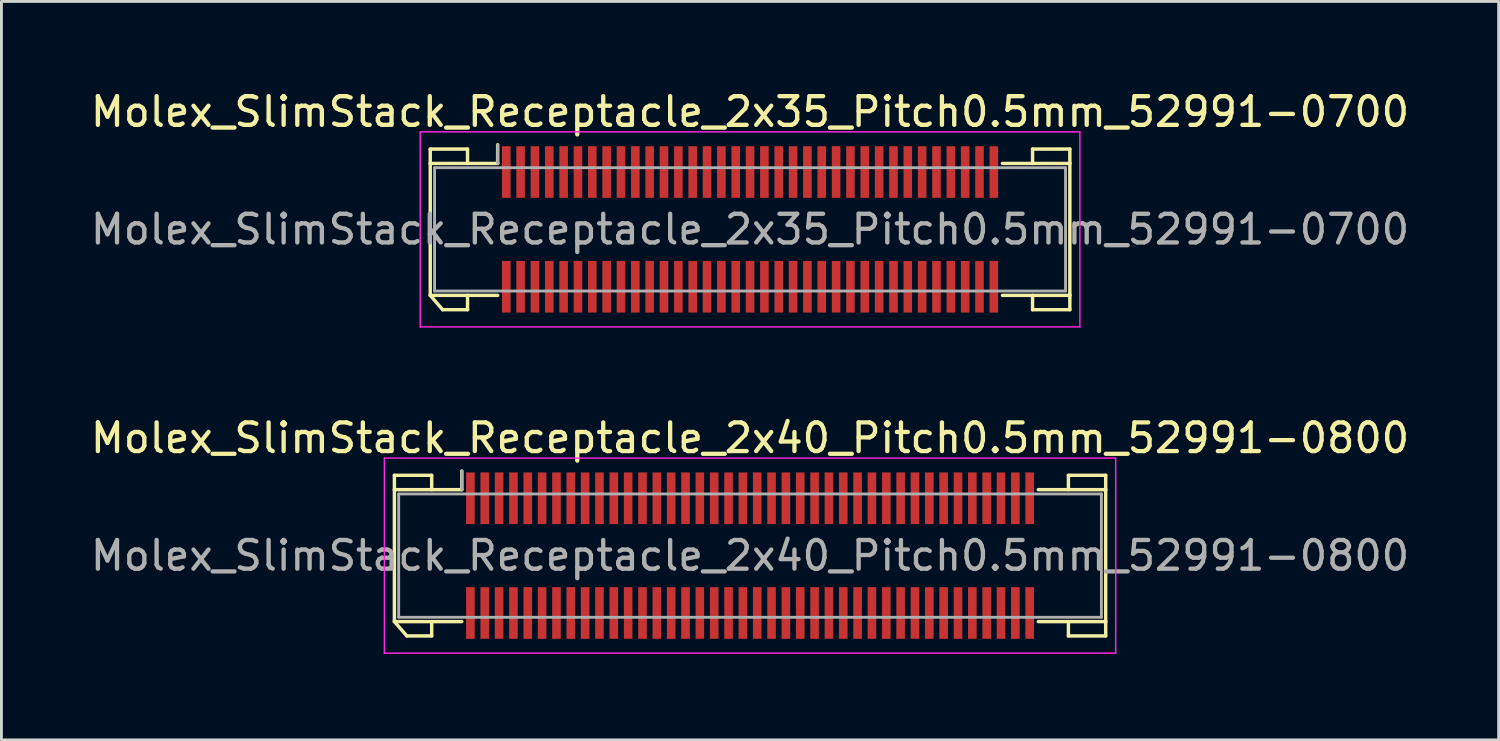
<source format=kicad_pcb>
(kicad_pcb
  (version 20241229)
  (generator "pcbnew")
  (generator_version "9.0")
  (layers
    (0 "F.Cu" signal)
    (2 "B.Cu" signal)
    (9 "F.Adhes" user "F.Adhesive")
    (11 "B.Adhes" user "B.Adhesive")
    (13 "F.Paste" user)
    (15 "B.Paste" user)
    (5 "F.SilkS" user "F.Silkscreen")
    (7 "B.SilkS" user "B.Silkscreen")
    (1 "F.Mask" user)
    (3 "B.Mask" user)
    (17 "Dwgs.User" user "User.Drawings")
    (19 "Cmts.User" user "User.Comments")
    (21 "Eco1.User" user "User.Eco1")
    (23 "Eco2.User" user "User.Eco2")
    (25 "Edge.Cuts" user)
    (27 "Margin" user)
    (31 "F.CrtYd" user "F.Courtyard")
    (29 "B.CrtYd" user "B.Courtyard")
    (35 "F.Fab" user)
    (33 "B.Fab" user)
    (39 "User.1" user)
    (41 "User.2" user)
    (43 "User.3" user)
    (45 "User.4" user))
  (footprint "Molex_SlimStack_Receptacle_2x40_Pitch0.5mm_52991-0800"
    (layer "F.Cu")
    (at 23.101 16.322)
    (property "Reference" "Molex_SlimStack_Receptacle_2x40_Pitch0.5mm_52991-0800" (at 0 -4.1 0) (layer "F.SilkS") (effects (font (size 1 1) (thickness 0.15))))
    (attr smd)
    (fp_line (start -12.4 -2.8) (end -11.1 -2.8) (stroke (width 0.12) (type solid)) (layer "F.SilkS"))
    (fp_line (start -12.4 -2.3) (end -12.4 -2.8) (stroke (width 0.12) (type solid)) (layer "F.SilkS"))
    (fp_line (start -12.4 -2.3) (end -10.05 -2.3) (stroke (width 0.12) (type solid)) (layer "F.SilkS"))
    (fp_line (start -12.4 2.3) (end -12.4 -2.3) (stroke (width 0.12) (type solid)) (layer "F.SilkS"))
    (fp_line (start -12.4 2.3) (end -11.967 2.8) (stroke (width 0.12) (type solid)) (layer "F.SilkS"))
    (fp_line (start -11.967 2.8) (end -11.1 2.8) (stroke (width 0.12) (type solid)) (layer "F.SilkS"))
    (fp_line (start -11.1 -2.8) (end -11.1 -2.3) (stroke (width 0.12) (type solid)) (layer "F.SilkS"))
    (fp_line (start -11.1 2.8) (end -11.1 2.3) (stroke (width 0.12) (type solid)) (layer "F.SilkS"))
    (fp_line (start -10.05 -2.3) (end -10.05 -2.95) (stroke (width 0.12) (type solid)) (layer "F.SilkS"))
    (fp_line (start -10.05 2.3) (end -12.4 2.3) (stroke (width 0.12) (type solid)) (layer "F.SilkS"))
    (fp_line (start 10.05 2.3) (end 12.4 2.3) (stroke (width 0.12) (type solid)) (layer "F.SilkS"))
    (fp_line (start 11.1 -2.8) (end 11.1 -2.3) (stroke (width 0.12) (type solid)) (layer "F.SilkS"))
    (fp_line (start 11.1 2.8) (end 11.1 2.3) (stroke (width 0.12) (type solid)) (layer "F.SilkS"))
    (fp_line (start 12.4 -2.8) (end 11.1 -2.8) (stroke (width 0.12) (type solid)) (layer "F.SilkS"))
    (fp_line (start 12.4 -2.3) (end 10.05 -2.3) (stroke (width 0.12) (type solid)) (layer "F.SilkS"))
    (fp_line (start 12.4 -2.3) (end 12.4 -2.8) (stroke (width 0.12) (type solid)) (layer "F.SilkS"))
    (fp_line (start 12.4 2.3) (end 12.4 -2.3) (stroke (width 0.12) (type solid)) (layer "F.SilkS"))
    (fp_line (start 12.4 2.3) (end 12.4 2.8) (stroke (width 0.12) (type solid)) (layer "F.SilkS"))
    (fp_line (start 12.4 2.8) (end 11.1 2.8) (stroke (width 0.12) (type solid)) (layer "F.SilkS"))
    (fp_line (start -12.75 -3.4) (end -12.75 3.4) (stroke (width 0.05) (type solid)) (layer "F.CrtYd"))
    (fp_line (start -12.75 3.4) (end 12.75 3.4) (stroke (width 0.05) (type solid)) (layer "F.CrtYd"))
    (fp_line (start 12.75 -3.4) (end -12.75 -3.4) (stroke (width 0.05) (type solid)) (layer "F.CrtYd"))
    (fp_line (start 12.75 3.4) (end 12.75 -3.4) (stroke (width 0.05) (type solid)) (layer "F.CrtYd"))
    (fp_line (start -12.25 -2.15) (end -12.25 2.15) (stroke (width 0.1) (type solid)) (layer "F.Fab"))
    (fp_line (start -12.25 2.15) (end 12.25 2.15) (stroke (width 0.1) (type solid)) (layer "F.Fab"))
    (fp_line (start -10.05 -2.3) (end -10.05 -2.95) (stroke (width 0.1) (type solid)) (layer "F.Fab"))
    (fp_line (start 12.25 -2.15) (end -12.25 -2.15) (stroke (width 0.1) (type solid)) (layer "F.Fab"))
    (fp_line (start 12.25 2.15) (end 12.25 -2.15) (stroke (width 0.1) (type solid)) (layer "F.Fab"))
    (fp_text user "${REFERENCE}" (at 0 0 0) (layer "F.Fab") (effects (font (size 1 1) (thickness 0.15))))
    (pad "1" smd rect (at -9.75 -2) (size 0.3 1.8) (layers "F.Cu" "F.Mask" "F.Paste"))
    (pad "2" smd rect (at -9.75 2) (size 0.3 1.8) (layers "F.Cu" "F.Mask" "F.Paste"))
    (pad "3" smd rect (at -9.25 -2) (size 0.3 1.8) (layers "F.Cu" "F.Mask" "F.Paste"))
    (pad "4" smd rect (at -9.25 2) (size 0.3 1.8) (layers "F.Cu" "F.Mask" "F.Paste"))
    (pad "5" smd rect (at -8.75 -2) (size 0.3 1.8) (layers "F.Cu" "F.Mask" "F.Paste"))
    (pad "6" smd rect (at -8.75 2) (size 0.3 1.8) (layers "F.Cu" "F.Mask" "F.Paste"))
    (pad "7" smd rect (at -8.25 -2) (size 0.3 1.8) (layers "F.Cu" "F.Mask" "F.Paste"))
    (pad "8" smd rect (at -8.25 2) (size 0.3 1.8) (layers "F.Cu" "F.Mask" "F.Paste"))
    (pad "9" smd rect (at -7.75 -2) (size 0.3 1.8) (layers "F.Cu" "F.Mask" "F.Paste"))
    (pad "10" smd rect (at -7.75 2) (size 0.3 1.8) (layers "F.Cu" "F.Mask" "F.Paste"))
    (pad "11" smd rect (at -7.25 -2) (size 0.3 1.8) (layers "F.Cu" "F.Mask" "F.Paste"))
    (pad "12" smd rect (at -7.25 2) (size 0.3 1.8) (layers "F.Cu" "F.Mask" "F.Paste"))
    (pad "13" smd rect (at -6.75 -2) (size 0.3 1.8) (layers "F.Cu" "F.Mask" "F.Paste"))
    (pad "14" smd rect (at -6.75 2) (size 0.3 1.8) (layers "F.Cu" "F.Mask" "F.Paste"))
    (pad "15" smd rect (at -6.25 -2) (size 0.3 1.8) (layers "F.Cu" "F.Mask" "F.Paste"))
    (pad "16" smd rect (at -6.25 2) (size 0.3 1.8) (layers "F.Cu" "F.Mask" "F.Paste"))
    (pad "17" smd rect (at -5.75 -2) (size 0.3 1.8) (layers "F.Cu" "F.Mask" "F.Paste"))
    (pad "18" smd rect (at -5.75 2) (size 0.3 1.8) (layers "F.Cu" "F.Mask" "F.Paste"))
    (pad "19" smd rect (at -5.25 -2) (size 0.3 1.8) (layers "F.Cu" "F.Mask" "F.Paste"))
    (pad "20" smd rect (at -5.25 2) (size 0.3 1.8) (layers "F.Cu" "F.Mask" "F.Paste"))
    (pad "21" smd rect (at -4.75 -2) (size 0.3 1.8) (layers "F.Cu" "F.Mask" "F.Paste"))
    (pad "22" smd rect (at -4.75 2) (size 0.3 1.8) (layers "F.Cu" "F.Mask" "F.Paste"))
    (pad "23" smd rect (at -4.25 -2) (size 0.3 1.8) (layers "F.Cu" "F.Mask" "F.Paste"))
    (pad "24" smd rect (at -4.25 2) (size 0.3 1.8) (layers "F.Cu" "F.Mask" "F.Paste"))
    (pad "25" smd rect (at -3.75 -2) (size 0.3 1.8) (layers "F.Cu" "F.Mask" "F.Paste"))
    (pad "26" smd rect (at -3.75 2) (size 0.3 1.8) (layers "F.Cu" "F.Mask" "F.Paste"))
    (pad "27" smd rect (at -3.25 -2) (size 0.3 1.8) (layers "F.Cu" "F.Mask" "F.Paste"))
    (pad "28" smd rect (at -3.25 2) (size 0.3 1.8) (layers "F.Cu" "F.Mask" "F.Paste"))
    (pad "29" smd rect (at -2.75 -2) (size 0.3 1.8) (layers "F.Cu" "F.Mask" "F.Paste"))
    (pad "30" smd rect (at -2.75 2) (size 0.3 1.8) (layers "F.Cu" "F.Mask" "F.Paste"))
    (pad "31" smd rect (at -2.25 -2) (size 0.3 1.8) (layers "F.Cu" "F.Mask" "F.Paste"))
    (pad "32" smd rect (at -2.25 2) (size 0.3 1.8) (layers "F.Cu" "F.Mask" "F.Paste"))
    (pad "33" smd rect (at -1.75 -2) (size 0.3 1.8) (layers "F.Cu" "F.Mask" "F.Paste"))
    (pad "34" smd rect (at -1.75 2) (size 0.3 1.8) (layers "F.Cu" "F.Mask" "F.Paste"))
    (pad "35" smd rect (at -1.25 -2) (size 0.3 1.8) (layers "F.Cu" "F.Mask" "F.Paste"))
    (pad "36" smd rect (at -1.25 2) (size 0.3 1.8) (layers "F.Cu" "F.Mask" "F.Paste"))
    (pad "37" smd rect (at -0.75 -2) (size 0.3 1.8) (layers "F.Cu" "F.Mask" "F.Paste"))
    (pad "38" smd rect (at -0.75 2) (size 0.3 1.8) (layers "F.Cu" "F.Mask" "F.Paste"))
    (pad "39" smd rect (at -0.25 -2) (size 0.3 1.8) (layers "F.Cu" "F.Mask" "F.Paste"))
    (pad "40" smd rect (at -0.25 2) (size 0.3 1.8) (layers "F.Cu" "F.Mask" "F.Paste"))
    (pad "41" smd rect (at 0.25 -2) (size 0.3 1.8) (layers "F.Cu" "F.Mask" "F.Paste"))
    (pad "42" smd rect (at 0.25 2) (size 0.3 1.8) (layers "F.Cu" "F.Mask" "F.Paste"))
    (pad "43" smd rect (at 0.75 -2) (size 0.3 1.8) (layers "F.Cu" "F.Mask" "F.Paste"))
    (pad "44" smd rect (at 0.75 2) (size 0.3 1.8) (layers "F.Cu" "F.Mask" "F.Paste"))
    (pad "45" smd rect (at 1.25 -2) (size 0.3 1.8) (layers "F.Cu" "F.Mask" "F.Paste"))
    (pad "46" smd rect (at 1.25 2) (size 0.3 1.8) (layers "F.Cu" "F.Mask" "F.Paste"))
    (pad "47" smd rect (at 1.75 -2) (size 0.3 1.8) (layers "F.Cu" "F.Mask" "F.Paste"))
    (pad "48" smd rect (at 1.75 2) (size 0.3 1.8) (layers "F.Cu" "F.Mask" "F.Paste"))
    (pad "49" smd rect (at 2.25 -2) (size 0.3 1.8) (layers "F.Cu" "F.Mask" "F.Paste"))
    (pad "50" smd rect (at 2.25 2) (size 0.3 1.8) (layers "F.Cu" "F.Mask" "F.Paste"))
    (pad "51" smd rect (at 2.75 -2) (size 0.3 1.8) (layers "F.Cu" "F.Mask" "F.Paste"))
    (pad "52" smd rect (at 2.75 2) (size 0.3 1.8) (layers "F.Cu" "F.Mask" "F.Paste"))
    (pad "53" smd rect (at 3.25 -2) (size 0.3 1.8) (layers "F.Cu" "F.Mask" "F.Paste"))
    (pad "54" smd rect (at 3.25 2) (size 0.3 1.8) (layers "F.Cu" "F.Mask" "F.Paste"))
    (pad "55" smd rect (at 3.75 -2) (size 0.3 1.8) (layers "F.Cu" "F.Mask" "F.Paste"))
    (pad "56" smd rect (at 3.75 2) (size 0.3 1.8) (layers "F.Cu" "F.Mask" "F.Paste"))
    (pad "57" smd rect (at 4.25 -2) (size 0.3 1.8) (layers "F.Cu" "F.Mask" "F.Paste"))
    (pad "58" smd rect (at 4.25 2) (size 0.3 1.8) (layers "F.Cu" "F.Mask" "F.Paste"))
    (pad "59" smd rect (at 4.75 -2) (size 0.3 1.8) (layers "F.Cu" "F.Mask" "F.Paste"))
    (pad "60" smd rect (at 4.75 2) (size 0.3 1.8) (layers "F.Cu" "F.Mask" "F.Paste"))
    (pad "61" smd rect (at 5.25 -2) (size 0.3 1.8) (layers "F.Cu" "F.Mask" "F.Paste"))
    (pad "62" smd rect (at 5.25 2) (size 0.3 1.8) (layers "F.Cu" "F.Mask" "F.Paste"))
    (pad "63" smd rect (at 5.75 -2) (size 0.3 1.8) (layers "F.Cu" "F.Mask" "F.Paste"))
    (pad "64" smd rect (at 5.75 2) (size 0.3 1.8) (layers "F.Cu" "F.Mask" "F.Paste"))
    (pad "65" smd rect (at 6.25 -2) (size 0.3 1.8) (layers "F.Cu" "F.Mask" "F.Paste"))
    (pad "66" smd rect (at 6.25 2) (size 0.3 1.8) (layers "F.Cu" "F.Mask" "F.Paste"))
    (pad "67" smd rect (at 6.75 -2) (size 0.3 1.8) (layers "F.Cu" "F.Mask" "F.Paste"))
    (pad "68" smd rect (at 6.75 2) (size 0.3 1.8) (layers "F.Cu" "F.Mask" "F.Paste"))
    (pad "69" smd rect (at 7.25 -2) (size 0.3 1.8) (layers "F.Cu" "F.Mask" "F.Paste"))
    (pad "70" smd rect (at 7.25 2) (size 0.3 1.8) (layers "F.Cu" "F.Mask" "F.Paste"))
    (pad "71" smd rect (at 7.75 -2) (size 0.3 1.8) (layers "F.Cu" "F.Mask" "F.Paste"))
    (pad "72" smd rect (at 7.75 2) (size 0.3 1.8) (layers "F.Cu" "F.Mask" "F.Paste"))
    (pad "73" smd rect (at 8.25 -2) (size 0.3 1.8) (layers "F.Cu" "F.Mask" "F.Paste"))
    (pad "74" smd rect (at 8.25 2) (size 0.3 1.8) (layers "F.Cu" "F.Mask" "F.Paste"))
    (pad "75" smd rect (at 8.75 -2) (size 0.3 1.8) (layers "F.Cu" "F.Mask" "F.Paste"))
    (pad "76" smd rect (at 8.75 2) (size 0.3 1.8) (layers "F.Cu" "F.Mask" "F.Paste"))
    (pad "77" smd rect (at 9.25 -2) (size 0.3 1.8) (layers "F.Cu" "F.Mask" "F.Paste"))
    (pad "78" smd rect (at 9.25 2) (size 0.3 1.8) (layers "F.Cu" "F.Mask" "F.Paste"))
    (pad "79" smd rect (at 9.75 -2) (size 0.3 1.8) (layers "F.Cu" "F.Mask" "F.Paste"))
    (pad "80" smd rect (at 9.75 2) (size 0.3 1.8) (layers "F.Cu" "F.Mask" "F.Paste")))
  (footprint "Molex_SlimStack_Receptacle_2x35_Pitch0.5mm_52991-0700"
    (layer "F.Cu")
    (at 23.101 4.948)
    (property "Reference" "Molex_SlimStack_Receptacle_2x35_Pitch0.5mm_52991-0700" (at 0 -4.1 0) (layer "F.SilkS") (effects (font (size 1 1) (thickness 0.15))))
    (attr smd)
    (fp_line (start -11.15 -2.8) (end -9.85 -2.8) (stroke (width 0.12) (type solid)) (layer "F.SilkS"))
    (fp_line (start -11.15 -2.3) (end -11.15 -2.8) (stroke (width 0.12) (type solid)) (layer "F.SilkS"))
    (fp_line (start -11.15 -2.3) (end -8.8 -2.3) (stroke (width 0.12) (type solid)) (layer "F.SilkS"))
    (fp_line (start -11.15 2.3) (end -11.15 -2.3) (stroke (width 0.12) (type solid)) (layer "F.SilkS"))
    (fp_line (start -11.15 2.3) (end -10.717 2.8) (stroke (width 0.12) (type solid)) (layer "F.SilkS"))
    (fp_line (start -10.717 2.8) (end -9.85 2.8) (stroke (width 0.12) (type solid)) (layer "F.SilkS"))
    (fp_line (start -9.85 -2.8) (end -9.85 -2.3) (stroke (width 0.12) (type solid)) (layer "F.SilkS"))
    (fp_line (start -9.85 2.8) (end -9.85 2.3) (stroke (width 0.12) (type solid)) (layer "F.SilkS"))
    (fp_line (start -8.8 -2.3) (end -8.8 -2.95) (stroke (width 0.12) (type solid)) (layer "F.SilkS"))
    (fp_line (start -8.8 2.3) (end -11.15 2.3) (stroke (width 0.12) (type solid)) (layer "F.SilkS"))
    (fp_line (start 8.8 2.3) (end 11.15 2.3) (stroke (width 0.12) (type solid)) (layer "F.SilkS"))
    (fp_line (start 9.85 -2.8) (end 9.85 -2.3) (stroke (width 0.12) (type solid)) (layer "F.SilkS"))
    (fp_line (start 9.85 2.8) (end 9.85 2.3) (stroke (width 0.12) (type solid)) (layer "F.SilkS"))
    (fp_line (start 11.15 -2.8) (end 9.85 -2.8) (stroke (width 0.12) (type solid)) (layer "F.SilkS"))
    (fp_line (start 11.15 -2.3) (end 8.8 -2.3) (stroke (width 0.12) (type solid)) (layer "F.SilkS"))
    (fp_line (start 11.15 -2.3) (end 11.15 -2.8) (stroke (width 0.12) (type solid)) (layer "F.SilkS"))
    (fp_line (start 11.15 2.3) (end 11.15 -2.3) (stroke (width 0.12) (type solid)) (layer "F.SilkS"))
    (fp_line (start 11.15 2.3) (end 11.15 2.8) (stroke (width 0.12) (type solid)) (layer "F.SilkS"))
    (fp_line (start 11.15 2.8) (end 9.85 2.8) (stroke (width 0.12) (type solid)) (layer "F.SilkS"))
    (fp_line (start -11.5 -3.4) (end -11.5 3.4) (stroke (width 0.05) (type solid)) (layer "F.CrtYd"))
    (fp_line (start -11.5 3.4) (end 11.5 3.4) (stroke (width 0.05) (type solid)) (layer "F.CrtYd"))
    (fp_line (start 11.5 -3.4) (end -11.5 -3.4) (stroke (width 0.05) (type solid)) (layer "F.CrtYd"))
    (fp_line (start 11.5 3.4) (end 11.5 -3.4) (stroke (width 0.05) (type solid)) (layer "F.CrtYd"))
    (fp_line (start -11 -2.15) (end -11 2.15) (stroke (width 0.1) (type solid)) (layer "F.Fab"))
    (fp_line (start -11 2.15) (end 11 2.15) (stroke (width 0.1) (type solid)) (layer "F.Fab"))
    (fp_line (start -8.8 -2.3) (end -8.8 -2.95) (stroke (width 0.1) (type solid)) (layer "F.Fab"))
    (fp_line (start 11 -2.15) (end -11 -2.15) (stroke (width 0.1) (type solid)) (layer "F.Fab"))
    (fp_line (start 11 2.15) (end 11 -2.15) (stroke (width 0.1) (type solid)) (layer "F.Fab"))
    (fp_text user "${REFERENCE}" (at 0 0 0) (layer "F.Fab") (effects (font (size 1 1) (thickness 0.15))))
    (pad "1" smd rect (at -8.5 -2) (size 0.3 1.8) (layers "F.Cu" "F.Mask" "F.Paste"))
    (pad "2" smd rect (at -8.5 2) (size 0.3 1.8) (layers "F.Cu" "F.Mask" "F.Paste"))
    (pad "3" smd rect (at -8 -2) (size 0.3 1.8) (layers "F.Cu" "F.Mask" "F.Paste"))
    (pad "4" smd rect (at -8 2) (size 0.3 1.8) (layers "F.Cu" "F.Mask" "F.Paste"))
    (pad "5" smd rect (at -7.5 -2) (size 0.3 1.8) (layers "F.Cu" "F.Mask" "F.Paste"))
    (pad "6" smd rect (at -7.5 2) (size 0.3 1.8) (layers "F.Cu" "F.Mask" "F.Paste"))
    (pad "7" smd rect (at -7 -2) (size 0.3 1.8) (layers "F.Cu" "F.Mask" "F.Paste"))
    (pad "8" smd rect (at -7 2) (size 0.3 1.8) (layers "F.Cu" "F.Mask" "F.Paste"))
    (pad "9" smd rect (at -6.5 -2) (size 0.3 1.8) (layers "F.Cu" "F.Mask" "F.Paste"))
    (pad "10" smd rect (at -6.5 2) (size 0.3 1.8) (layers "F.Cu" "F.Mask" "F.Paste"))
    (pad "11" smd rect (at -6 -2) (size 0.3 1.8) (layers "F.Cu" "F.Mask" "F.Paste"))
    (pad "12" smd rect (at -6 2) (size 0.3 1.8) (layers "F.Cu" "F.Mask" "F.Paste"))
    (pad "13" smd rect (at -5.5 -2) (size 0.3 1.8) (layers "F.Cu" "F.Mask" "F.Paste"))
    (pad "14" smd rect (at -5.5 2) (size 0.3 1.8) (layers "F.Cu" "F.Mask" "F.Paste"))
    (pad "15" smd rect (at -5 -2) (size 0.3 1.8) (layers "F.Cu" "F.Mask" "F.Paste"))
    (pad "16" smd rect (at -5 2) (size 0.3 1.8) (layers "F.Cu" "F.Mask" "F.Paste"))
    (pad "17" smd rect (at -4.5 -2) (size 0.3 1.8) (layers "F.Cu" "F.Mask" "F.Paste"))
    (pad "18" smd rect (at -4.5 2) (size 0.3 1.8) (layers "F.Cu" "F.Mask" "F.Paste"))
    (pad "19" smd rect (at -4 -2) (size 0.3 1.8) (layers "F.Cu" "F.Mask" "F.Paste"))
    (pad "20" smd rect (at -4 2) (size 0.3 1.8) (layers "F.Cu" "F.Mask" "F.Paste"))
    (pad "21" smd rect (at -3.5 -2) (size 0.3 1.8) (layers "F.Cu" "F.Mask" "F.Paste"))
    (pad "22" smd rect (at -3.5 2) (size 0.3 1.8) (layers "F.Cu" "F.Mask" "F.Paste"))
    (pad "23" smd rect (at -3 -2) (size 0.3 1.8) (layers "F.Cu" "F.Mask" "F.Paste"))
    (pad "24" smd rect (at -3 2) (size 0.3 1.8) (layers "F.Cu" "F.Mask" "F.Paste"))
    (pad "25" smd rect (at -2.5 -2) (size 0.3 1.8) (layers "F.Cu" "F.Mask" "F.Paste"))
    (pad "26" smd rect (at -2.5 2) (size 0.3 1.8) (layers "F.Cu" "F.Mask" "F.Paste"))
    (pad "27" smd rect (at -2 -2) (size 0.3 1.8) (layers "F.Cu" "F.Mask" "F.Paste"))
    (pad "28" smd rect (at -2 2) (size 0.3 1.8) (layers "F.Cu" "F.Mask" "F.Paste"))
    (pad "29" smd rect (at -1.5 -2) (size 0.3 1.8) (layers "F.Cu" "F.Mask" "F.Paste"))
    (pad "30" smd rect (at -1.5 2) (size 0.3 1.8) (layers "F.Cu" "F.Mask" "F.Paste"))
    (pad "31" smd rect (at -1 -2) (size 0.3 1.8) (layers "F.Cu" "F.Mask" "F.Paste"))
    (pad "32" smd rect (at -1 2) (size 0.3 1.8) (layers "F.Cu" "F.Mask" "F.Paste"))
    (pad "33" smd rect (at -0.5 -2) (size 0.3 1.8) (layers "F.Cu" "F.Mask" "F.Paste"))
    (pad "34" smd rect (at -0.5 2) (size 0.3 1.8) (layers "F.Cu" "F.Mask" "F.Paste"))
    (pad "35" smd rect (at 0 -2) (size 0.3 1.8) (layers "F.Cu" "F.Mask" "F.Paste"))
    (pad "36" smd rect (at 0 2) (size 0.3 1.8) (layers "F.Cu" "F.Mask" "F.Paste"))
    (pad "37" smd rect (at 0.5 -2) (size 0.3 1.8) (layers "F.Cu" "F.Mask" "F.Paste"))
    (pad "38" smd rect (at 0.5 2) (size 0.3 1.8) (layers "F.Cu" "F.Mask" "F.Paste"))
    (pad "39" smd rect (at 1 -2) (size 0.3 1.8) (layers "F.Cu" "F.Mask" "F.Paste"))
    (pad "40" smd rect (at 1 2) (size 0.3 1.8) (layers "F.Cu" "F.Mask" "F.Paste"))
    (pad "41" smd rect (at 1.5 -2) (size 0.3 1.8) (layers "F.Cu" "F.Mask" "F.Paste"))
    (pad "42" smd rect (at 1.5 2) (size 0.3 1.8) (layers "F.Cu" "F.Mask" "F.Paste"))
    (pad "43" smd rect (at 2 -2) (size 0.3 1.8) (layers "F.Cu" "F.Mask" "F.Paste"))
    (pad "44" smd rect (at 2 2) (size 0.3 1.8) (layers "F.Cu" "F.Mask" "F.Paste"))
    (pad "45" smd rect (at 2.5 -2) (size 0.3 1.8) (layers "F.Cu" "F.Mask" "F.Paste"))
    (pad "46" smd rect (at 2.5 2) (size 0.3 1.8) (layers "F.Cu" "F.Mask" "F.Paste"))
    (pad "47" smd rect (at 3 -2) (size 0.3 1.8) (layers "F.Cu" "F.Mask" "F.Paste"))
    (pad "48" smd rect (at 3 2) (size 0.3 1.8) (layers "F.Cu" "F.Mask" "F.Paste"))
    (pad "49" smd rect (at 3.5 -2) (size 0.3 1.8) (layers "F.Cu" "F.Mask" "F.Paste"))
    (pad "50" smd rect (at 3.5 2) (size 0.3 1.8) (layers "F.Cu" "F.Mask" "F.Paste"))
    (pad "51" smd rect (at 4 -2) (size 0.3 1.8) (layers "F.Cu" "F.Mask" "F.Paste"))
    (pad "52" smd rect (at 4 2) (size 0.3 1.8) (layers "F.Cu" "F.Mask" "F.Paste"))
    (pad "53" smd rect (at 4.5 -2) (size 0.3 1.8) (layers "F.Cu" "F.Mask" "F.Paste"))
    (pad "54" smd rect (at 4.5 2) (size 0.3 1.8) (layers "F.Cu" "F.Mask" "F.Paste"))
    (pad "55" smd rect (at 5 -2) (size 0.3 1.8) (layers "F.Cu" "F.Mask" "F.Paste"))
    (pad "56" smd rect (at 5 2) (size 0.3 1.8) (layers "F.Cu" "F.Mask" "F.Paste"))
    (pad "57" smd rect (at 5.5 -2) (size 0.3 1.8) (layers "F.Cu" "F.Mask" "F.Paste"))
    (pad "58" smd rect (at 5.5 2) (size 0.3 1.8) (layers "F.Cu" "F.Mask" "F.Paste"))
    (pad "59" smd rect (at 6 -2) (size 0.3 1.8) (layers "F.Cu" "F.Mask" "F.Paste"))
    (pad "60" smd rect (at 6 2) (size 0.3 1.8) (layers "F.Cu" "F.Mask" "F.Paste"))
    (pad "61" smd rect (at 6.5 -2) (size 0.3 1.8) (layers "F.Cu" "F.Mask" "F.Paste"))
    (pad "62" smd rect (at 6.5 2) (size 0.3 1.8) (layers "F.Cu" "F.Mask" "F.Paste"))
    (pad "63" smd rect (at 7 -2) (size 0.3 1.8) (layers "F.Cu" "F.Mask" "F.Paste"))
    (pad "64" smd rect (at 7 2) (size 0.3 1.8) (layers "F.Cu" "F.Mask" "F.Paste"))
    (pad "65" smd rect (at 7.5 -2) (size 0.3 1.8) (layers "F.Cu" "F.Mask" "F.Paste"))
    (pad "66" smd rect (at 7.5 2) (size 0.3 1.8) (layers "F.Cu" "F.Mask" "F.Paste"))
    (pad "67" smd rect (at 8 -2) (size 0.3 1.8) (layers "F.Cu" "F.Mask" "F.Paste"))
    (pad "68" smd rect (at 8 2) (size 0.3 1.8) (layers "F.Cu" "F.Mask" "F.Paste"))
    (pad "69" smd rect (at 8.5 -2) (size 0.3 1.8) (layers "F.Cu" "F.Mask" "F.Paste"))
    (pad "70" smd rect (at 8.5 2) (size 0.3 1.8) (layers "F.Cu" "F.Mask" "F.Paste")))
  (gr_rect
    (start -3 -3)
    (end 49.202 22.747)
    (stroke (width 0.1) (type default))
    (fill no)
    (layer "Edge.Cuts")))
</source>
